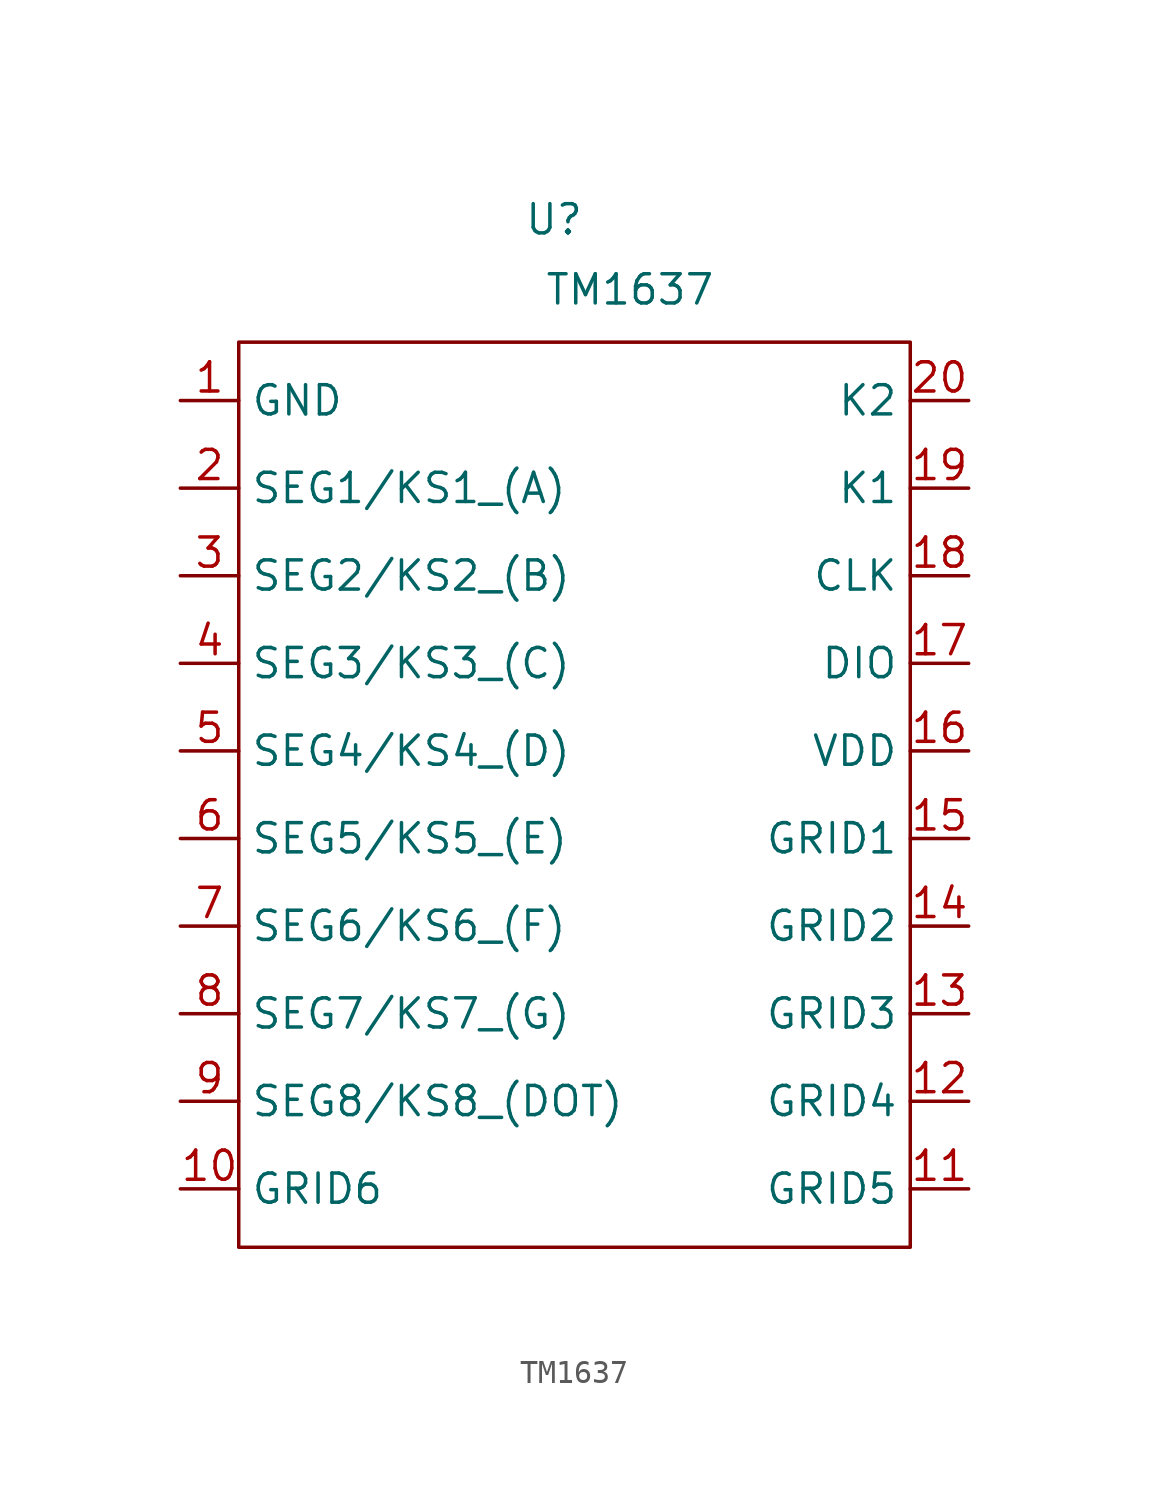
<source format=kicad_sym>
(kicad_symbol_lib
  (version 20241209)
  (generator "kicad_symbol_editor")
  (generator_version "9.0")
  (symbol "TM1637"
    (property "Reference" "U"
      (at -4.064 2.794 0)
      (effects (font (size 1.27 1.27))))
    (property "Value" "TM1637"
      (at -0.762 -0.254 0)
      (effects (font (size 1.27 1.27))))
    (symbol "TM1637_0_1"
      (rectangle (start -17.78 -2.54) (end 11.43 -41.91) (stroke (width 0) (type default)) (fill (type none))))
    (symbol "TM1637_1_1"
      (pin power_in line (at -20.32 -5.08 0) (length 2.54) (name "GND" (effects (font (size 1.27 1.27)))) (number "1" (effects (font (size 1.27 1.27)))))
      (pin output line (at -20.32 -8.89 0) (length 2.54) (name "SEG1/KS1_(A)" (effects (font (size 1.27 1.27)))) (number "2" (effects (font (size 1.27 1.27)))))
      (pin output line (at -20.32 -12.7 0) (length 2.54) (name "SEG2/KS2_(B)" (effects (font (size 1.27 1.27)))) (number "3" (effects (font (size 1.27 1.27)))))
      (pin output line (at -20.32 -16.51 0) (length 2.54) (name "SEG3/KS3_(C)" (effects (font (size 1.27 1.27)))) (number "4" (effects (font (size 1.27 1.27)))))
      (pin output line (at -20.32 -20.32 0) (length 2.54) (name "SEG4/KS4_(D)" (effects (font (size 1.27 1.27)))) (number "5" (effects (font (size 1.27 1.27)))))
      (pin output line (at -20.32 -24.13 0) (length 2.54) (name "SEG5/KS5_(E)" (effects (font (size 1.27 1.27)))) (number "6" (effects (font (size 1.27 1.27)))))
      (pin output line (at -20.32 -27.94 0) (length 2.54) (name "SEG6/KS6_(F)" (effects (font (size 1.27 1.27)))) (number "7" (effects (font (size 1.27 1.27)))))
      (pin output line (at -20.32 -31.75 0) (length 2.54) (name "SEG7/KS7_(G)" (effects (font (size 1.27 1.27)))) (number "8" (effects (font (size 1.27 1.27)))))
      (pin output line (at -20.32 -35.56 0) (length 2.54) (name "SEG8/KS8_(DOT)" (effects (font (size 1.27 1.27)))) (number "9" (effects (font (size 1.27 1.27)))))
      (pin output line (at -20.32 -39.37 0) (length 2.54) (name "GRID6" (effects (font (size 1.27 1.27)))) (number "10" (effects (font (size 1.27 1.27)))))
      (pin input line (at 13.97 -5.08 180) (length 2.54) (name "K2" (effects (font (size 1.27 1.27)))) (number "20" (effects (font (size 1.27 1.27)))))
      (pin input line (at 13.97 -8.89 180) (length 2.54) (name "K1" (effects (font (size 1.27 1.27)))) (number "19" (effects (font (size 1.27 1.27)))))
      (pin input line (at 13.97 -12.7 180) (length 2.54) (name "CLK" (effects (font (size 1.27 1.27)))) (number "18" (effects (font (size 1.27 1.27)))))
      (pin input line (at 13.97 -16.51 180) (length 2.54) (name "DIO" (effects (font (size 1.27 1.27)))) (number "17" (effects (font (size 1.27 1.27)))))
      (pin power_in line (at 13.97 -20.32 180) (length 2.54) (name "VDD" (effects (font (size 1.27 1.27)))) (number "16" (effects (font (size 1.27 1.27)))))
      (pin output line (at 13.97 -24.13 180) (length 2.54) (name "GRID1" (effects (font (size 1.27 1.27)))) (number "15" (effects (font (size 1.27 1.27)))))
      (pin output line (at 13.97 -27.94 180) (length 2.54) (name "GRID2" (effects (font (size 1.27 1.27)))) (number "14" (effects (font (size 1.27 1.27)))))
      (pin output line (at 13.97 -31.75 180) (length 2.54) (name "GRID3" (effects (font (size 1.27 1.27)))) (number "13" (effects (font (size 1.27 1.27)))))
      (pin output line (at 13.97 -35.56 180) (length 2.54) (name "GRID4" (effects (font (size 1.27 1.27)))) (number "12" (effects (font (size 1.27 1.27)))))
      (pin output line (at 13.97 -39.37 180) (length 2.54) (name "GRID5" (effects (font (size 1.27 1.27)))) (number "11" (effects (font (size 1.27 1.27))))))))
</source>
